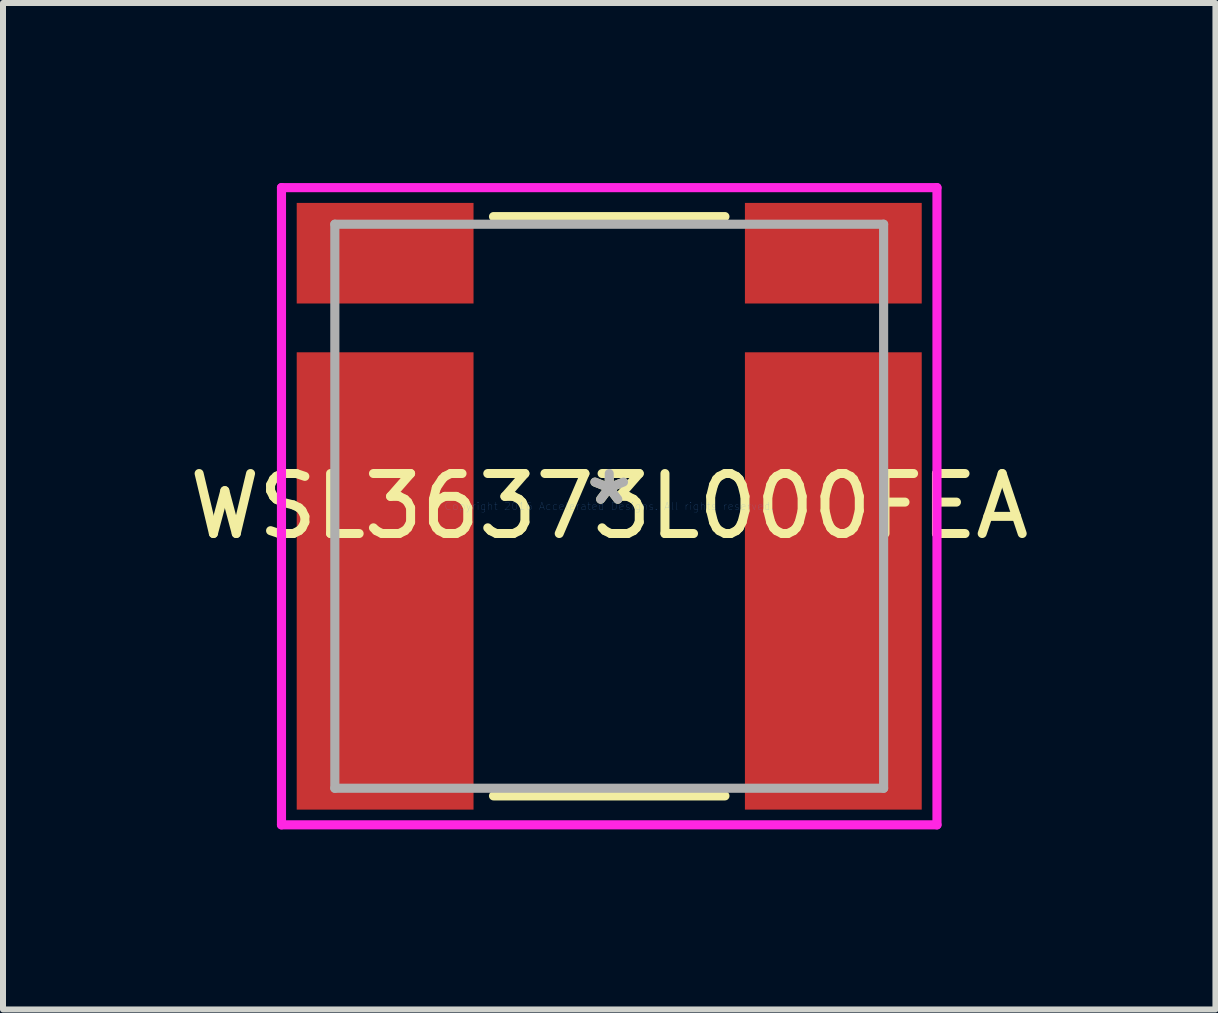
<source format=kicad_pcb>
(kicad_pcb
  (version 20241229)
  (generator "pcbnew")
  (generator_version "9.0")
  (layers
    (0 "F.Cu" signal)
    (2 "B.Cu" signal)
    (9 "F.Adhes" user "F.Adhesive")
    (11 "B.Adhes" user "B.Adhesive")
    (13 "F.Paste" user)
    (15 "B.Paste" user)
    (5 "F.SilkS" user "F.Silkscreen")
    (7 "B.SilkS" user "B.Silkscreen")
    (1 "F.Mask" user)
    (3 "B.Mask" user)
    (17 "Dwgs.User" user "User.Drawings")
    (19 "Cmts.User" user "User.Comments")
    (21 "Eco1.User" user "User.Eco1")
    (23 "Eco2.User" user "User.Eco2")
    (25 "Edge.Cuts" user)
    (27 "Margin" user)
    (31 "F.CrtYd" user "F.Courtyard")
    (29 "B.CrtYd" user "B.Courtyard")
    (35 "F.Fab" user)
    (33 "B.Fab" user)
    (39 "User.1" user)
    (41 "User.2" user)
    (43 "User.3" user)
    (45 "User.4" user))
  (footprint "WSL36373L000FEA"
    (layer "F.Cu")
    (at 7.101 5.385)
    (property "Reference" "WSL36373L000FEA" (at 0 0 0) (layer "F.SilkS") (effects (font (size 1 1) (thickness 0.15))))
    (attr through_hole)
    (fp_line (start -1.928 4.826) (end 1.928 4.826) (stroke (width 0.152) (type solid)) (layer "F.SilkS"))
    (fp_line (start 1.928 -4.826) (end -1.928 -4.826) (stroke (width 0.152) (type solid)) (layer "F.SilkS"))
    (fp_line (start -5.461 -5.309) (end 5.461 -5.309) (stroke (width 0.152) (type solid)) (layer "F.CrtYd"))
    (fp_line (start -5.461 5.309) (end -5.461 -5.309) (stroke (width 0.152) (type solid)) (layer "F.CrtYd"))
    (fp_line (start 5.461 -5.309) (end 5.461 5.309) (stroke (width 0.152) (type solid)) (layer "F.CrtYd"))
    (fp_line (start 5.461 5.309) (end -5.461 5.309) (stroke (width 0.152) (type solid)) (layer "F.CrtYd"))
    (fp_line (start -4.572 -4.699) (end -4.572 4.699) (stroke (width 0.152) (type solid)) (layer "F.Fab"))
    (fp_line (start -4.572 4.699) (end 4.572 4.699) (stroke (width 0.152) (type solid)) (layer "F.Fab"))
    (fp_line (start 4.572 -4.699) (end -4.572 -4.699) (stroke (width 0.152) (type solid)) (layer "F.Fab"))
    (fp_line (start 4.572 4.699) (end 4.572 -4.699) (stroke (width 0.152) (type solid)) (layer "F.Fab"))
    (fp_text user "*" (at 0 0 0) (layer "F.SilkS") (effects (font (size 1 1) (thickness 0.15))))
    (fp_text user "Copyright 2016 Accelerated Designs. All rights reserved." (at 0 0 0) (layer "Cmts.User") (effects (font (size 0.127 0.127) (thickness 0.002))))
    (fp_text user "*" (at 0 0 0) (layer "F.Fab") (effects (font (size 1 1) (thickness 0.15))))
    (pad "1" smd rect (at -3.734 1.245) (size 2.946 7.62) (layers "F.Cu" "F.Mask" "F.Paste"))
    (pad "2" smd rect (at -3.734 -4.216) (size 2.946 1.676) (layers "F.Cu" "F.Mask" "F.Paste"))
    (pad "3" smd rect (at 3.734 -4.216) (size 2.946 1.676) (layers "F.Cu" "F.Mask" "F.Paste"))
    (pad "4" smd rect (at 3.734 1.245) (size 2.946 7.62) (layers "F.Cu" "F.Mask" "F.Paste")))
  (gr_rect
    (start -3 -3)
    (end 17.202 13.77)
    (stroke (width 0.1) (type default))
    (fill no)
    (layer "Edge.Cuts")))
</source>
